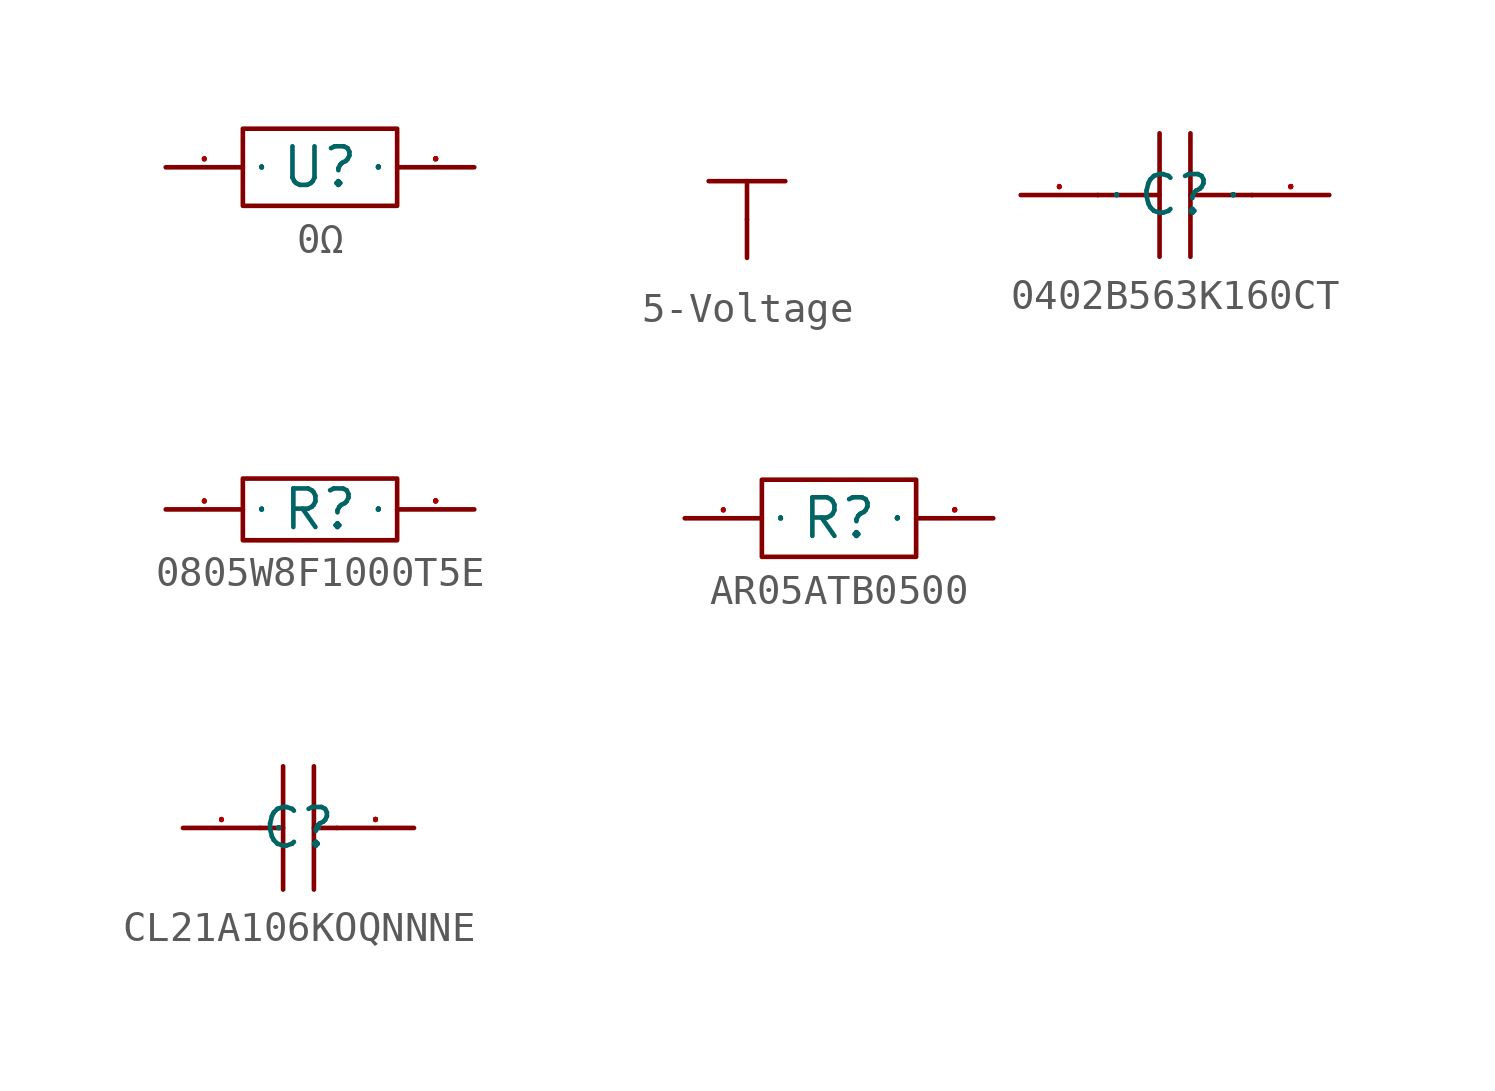
<source format=kicad_sym>
(kicad_symbol_lib
  (version 20231120)
  (generator "kicad_symbol_editor")
  (generator_version "8.0")
  (symbol "0Ω"
    (property "Reference" "U"
      (at 0 0 0)
      (effects (font (size 1.27 1.27))))
    (property "Value" ""
      (at 0 0 0)
      (effects (font (size 1.27 1.27))))
    (symbol "0Ω_1_0"
      (rectangle (start -2.54 -1.27) (end 2.54 1.27) (stroke (width 0) (type default)) (fill (type none)))
      (pin unspecified line (at -5.08 0 0) (length 2.54) (name "1" (effects (font (size 0.025 0.025)))) (number "1" (effects (font (size 0.025 0.025)))))
      (pin unspecified line (at 5.08 0 180) (length 2.54) (name "2" (effects (font (size 0.025 0.025)))) (number "2" (effects (font (size 0.025 0.025)))))))
  (symbol "5-Voltage"
    (power)
    (pin_numbers hide)
    (pin_names hide)
    (property "Reference" "#PWR"
      (at 0 0 0)
      (effects (font (size 1.27 1.27)) (hide yes)))
    (property "Value" ""
      (at 0 3.81 0)
      (effects (font (size 1.27 1.27))))
    (symbol "5-Voltage_1_0"
      (polyline (pts (xy -1.27 2.54) (xy 1.27 2.54)) (stroke (width 0) (type default)) (fill (type none)))
      (polyline (pts (xy 0 2.54) (xy 0 1.27)) (stroke (width 0) (type default)) (fill (type none)))
      (pin power_in line (at 0 0 90) (length 1.27) (name "" (effects (font (size 1.27 1.27)))) (number "1" (effects (font (size 0.025 0.025)))))))
  (symbol "0402B563K160CT"
    (property "Reference" "C"
      (at 0 0 0)
      (effects (font (size 1.27 1.27))))
    (symbol "0402B563K160CT_1_0"
      (polyline (pts (xy -0.508 -2.032) (xy -0.508 2.032)) (stroke (width 0) (type default)) (fill (type none)))
      (polyline (pts (xy -0.508 0) (xy -2.54 0)) (stroke (width 0) (type default)) (fill (type none)))
      (polyline (pts (xy 0.508 2.032) (xy 0.508 -2.032)) (stroke (width 0) (type default)) (fill (type none)))
      (polyline (pts (xy 2.54 0) (xy 0.508 0)) (stroke (width 0) (type default)) (fill (type none)))
      (pin unspecified line (at -5.08 0 0) (length 2.54) (name "1" (effects (font (size 0.025 0.025)))) (number "1" (effects (font (size 0.025 0.025)))))
      (pin unspecified line (at 5.08 0 180) (length 2.54) (name "2" (effects (font (size 0.025 0.025)))) (number "2" (effects (font (size 0.025 0.025)))))))
  (symbol "0805W8F1000T5E"
    (property "Reference" "R"
      (at 0 0 0)
      (effects (font (size 1.27 1.27))))
    (symbol "0805W8F1000T5E_1_0"
      (rectangle (start -2.54 -1.016) (end 2.54 1.016) (stroke (width 0) (type default)) (fill (type none)))
      (pin input line (at -5.08 0 0) (length 2.54) (name "1" (effects (font (size 0.025 0.025)))) (number "1" (effects (font (size 0.025 0.025)))))
      (pin input line (at 5.08 0 180) (length 2.54) (name "2" (effects (font (size 0.025 0.025)))) (number "2" (effects (font (size 0.025 0.025)))))))
  (symbol "AR05ATB0500"
    (property "Reference" "R"
      (at 0 0 0)
      (effects (font (size 1.27 1.27))))
    (symbol "AR05ATB0500_1_0"
      (rectangle (start -2.54 1.27) (end 2.54 -1.27) (stroke (width 0) (type default)) (fill (type none)))
      (pin unspecified line (at -5.08 0 0) (length 2.54) (name "1" (effects (font (size 0.025 0.025)))) (number "1" (effects (font (size 0.025 0.025)))))
      (pin unspecified line (at 5.08 0 180) (length 2.54) (name "2" (effects (font (size 0.025 0.025)))) (number "2" (effects (font (size 0.025 0.025)))))))
  (symbol "CL21A106KOQNNNE"
    (property "Reference" "C"
      (at 0 0 0)
      (effects (font (size 1.27 1.27))))
    (symbol "CL21A106KOQNNNE_1_0"
      (polyline (pts (xy -1.27 0) (xy -0.508 0)) (stroke (width 0) (type default)) (fill (type none)))
      (polyline (pts (xy -0.508 2.032) (xy -0.508 -2.032)) (stroke (width 0) (type default)) (fill (type none)))
      (polyline (pts (xy 0.508 0) (xy 1.27 0)) (stroke (width 0) (type default)) (fill (type none)))
      (polyline (pts (xy 0.508 2.032) (xy 0.508 -2.032)) (stroke (width 0) (type default)) (fill (type none)))
      (pin input line (at -3.81 0 0) (length 2.54) (name "1" (effects (font (size 0.025 0.025)))) (number "1" (effects (font (size 0.025 0.025)))))
      (pin input line (at 3.81 0 180) (length 2.54) (name "2" (effects (font (size 0.025 0.025)))) (number "2" (effects (font (size 0.025 0.025))))))))
</source>
